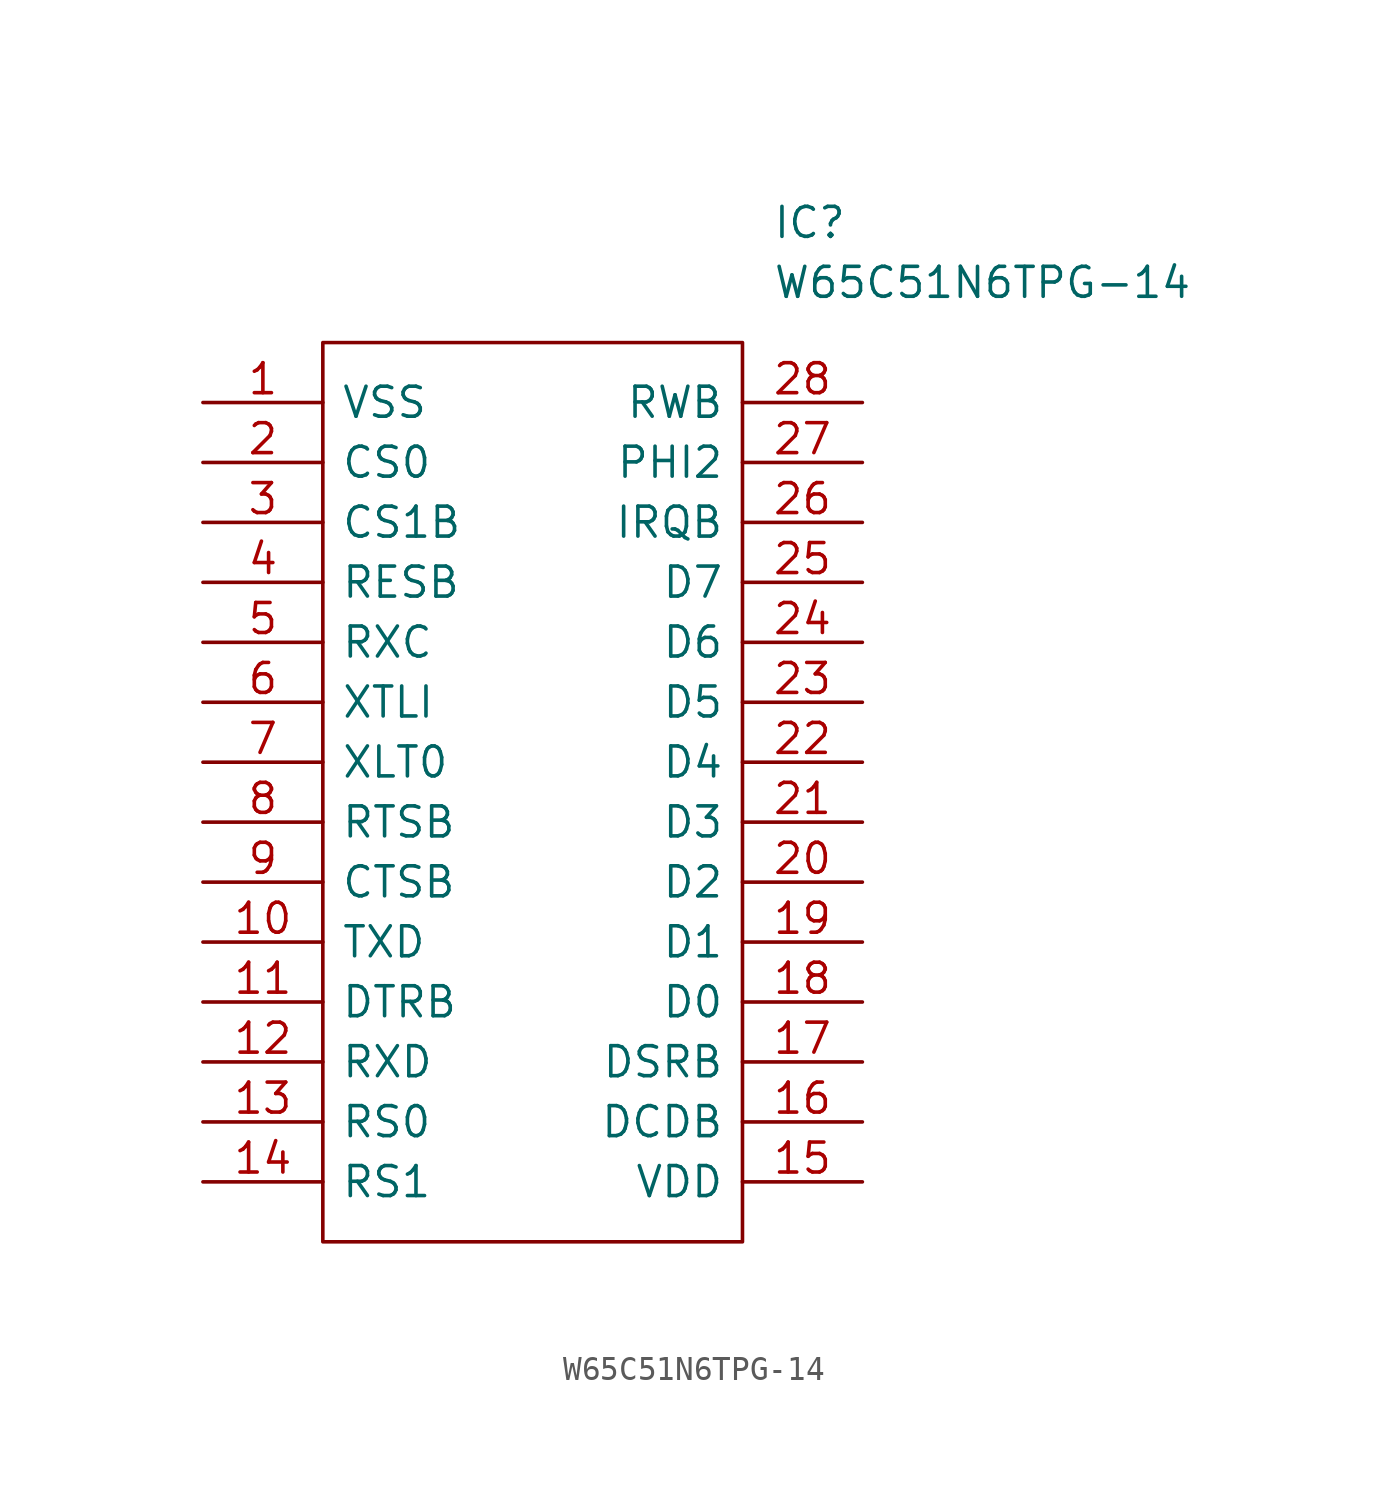
<source format=kicad_sym>
(kicad_symbol_lib
  (version 20211014)
  (generator kicad_symbol_editor)
  (symbol "W65C51N6TPG-14"
    (pin_names
      (offset 0.762))
    (property "Reference" "IC"
      (at 24.13 7.62 0)
      (effects (font (size 1.27 1.27)) (justify left)))
    (property "Value" "W65C51N6TPG-14"
      (at 24.13 5.08 0)
      (effects (font (size 1.27 1.27)) (justify left)))
    (symbol "W65C51N6TPG-14_0_0"
      (pin passive line (at 0 0 0) (length 5.08) (name "VSS" (effects (font (size 1.27 1.27)))) (number "1" (effects (font (size 1.27 1.27)))))
      (pin passive line (at 0 -22.86 0) (length 5.08) (name "TXD" (effects (font (size 1.27 1.27)))) (number "10" (effects (font (size 1.27 1.27)))))
      (pin passive line (at 0 -25.4 0) (length 5.08) (name "DTRB" (effects (font (size 1.27 1.27)))) (number "11" (effects (font (size 1.27 1.27)))))
      (pin passive line (at 0 -27.94 0) (length 5.08) (name "RXD" (effects (font (size 1.27 1.27)))) (number "12" (effects (font (size 1.27 1.27)))))
      (pin passive line (at 0 -30.48 0) (length 5.08) (name "RS0" (effects (font (size 1.27 1.27)))) (number "13" (effects (font (size 1.27 1.27)))))
      (pin passive line (at 0 -33.02 0) (length 5.08) (name "RS1" (effects (font (size 1.27 1.27)))) (number "14" (effects (font (size 1.27 1.27)))))
      (pin passive line (at 27.94 -33.02 180) (length 5.08) (name "VDD" (effects (font (size 1.27 1.27)))) (number "15" (effects (font (size 1.27 1.27)))))
      (pin passive line (at 27.94 -30.48 180) (length 5.08) (name "DCDB" (effects (font (size 1.27 1.27)))) (number "16" (effects (font (size 1.27 1.27)))))
      (pin passive line (at 27.94 -27.94 180) (length 5.08) (name "DSRB" (effects (font (size 1.27 1.27)))) (number "17" (effects (font (size 1.27 1.27)))))
      (pin passive line (at 27.94 -25.4 180) (length 5.08) (name "D0" (effects (font (size 1.27 1.27)))) (number "18" (effects (font (size 1.27 1.27)))))
      (pin passive line (at 27.94 -22.86 180) (length 5.08) (name "D1" (effects (font (size 1.27 1.27)))) (number "19" (effects (font (size 1.27 1.27)))))
      (pin passive line (at 0 -2.54 0) (length 5.08) (name "CS0" (effects (font (size 1.27 1.27)))) (number "2" (effects (font (size 1.27 1.27)))))
      (pin passive line (at 27.94 -20.32 180) (length 5.08) (name "D2" (effects (font (size 1.27 1.27)))) (number "20" (effects (font (size 1.27 1.27)))))
      (pin passive line (at 27.94 -17.78 180) (length 5.08) (name "D3" (effects (font (size 1.27 1.27)))) (number "21" (effects (font (size 1.27 1.27)))))
      (pin passive line (at 27.94 -15.24 180) (length 5.08) (name "D4" (effects (font (size 1.27 1.27)))) (number "22" (effects (font (size 1.27 1.27)))))
      (pin passive line (at 27.94 -12.7 180) (length 5.08) (name "D5" (effects (font (size 1.27 1.27)))) (number "23" (effects (font (size 1.27 1.27)))))
      (pin passive line (at 27.94 -10.16 180) (length 5.08) (name "D6" (effects (font (size 1.27 1.27)))) (number "24" (effects (font (size 1.27 1.27)))))
      (pin passive line (at 27.94 -7.62 180) (length 5.08) (name "D7" (effects (font (size 1.27 1.27)))) (number "25" (effects (font (size 1.27 1.27)))))
      (pin passive line (at 27.94 -5.08 180) (length 5.08) (name "IRQB" (effects (font (size 1.27 1.27)))) (number "26" (effects (font (size 1.27 1.27)))))
      (pin passive line (at 27.94 -2.54 180) (length 5.08) (name "PHI2" (effects (font (size 1.27 1.27)))) (number "27" (effects (font (size 1.27 1.27)))))
      (pin passive line (at 27.94 0 180) (length 5.08) (name "RWB" (effects (font (size 1.27 1.27)))) (number "28" (effects (font (size 1.27 1.27)))))
      (pin passive line (at 0 -5.08 0) (length 5.08) (name "CS1B" (effects (font (size 1.27 1.27)))) (number "3" (effects (font (size 1.27 1.27)))))
      (pin passive line (at 0 -7.62 0) (length 5.08) (name "RESB" (effects (font (size 1.27 1.27)))) (number "4" (effects (font (size 1.27 1.27)))))
      (pin passive line (at 0 -10.16 0) (length 5.08) (name "RXC" (effects (font (size 1.27 1.27)))) (number "5" (effects (font (size 1.27 1.27)))))
      (pin passive line (at 0 -12.7 0) (length 5.08) (name "XTLI" (effects (font (size 1.27 1.27)))) (number "6" (effects (font (size 1.27 1.27)))))
      (pin passive line (at 0 -15.24 0) (length 5.08) (name "XLT0" (effects (font (size 1.27 1.27)))) (number "7" (effects (font (size 1.27 1.27)))))
      (pin passive line (at 0 -17.78 0) (length 5.08) (name "RTSB" (effects (font (size 1.27 1.27)))) (number "8" (effects (font (size 1.27 1.27)))))
      (pin passive line (at 0 -20.32 0) (length 5.08) (name "CTSB" (effects (font (size 1.27 1.27)))) (number "9" (effects (font (size 1.27 1.27))))))
    (symbol "W65C51N6TPG-14_0_1"
      (polyline (pts (xy 5.08 2.54) (xy 22.86 2.54) (xy 22.86 -35.56) (xy 5.08 -35.56) (xy 5.08 2.54)) (stroke (width 0.152) (type default) (color 0 0 0 0)) (fill (type none))))))
</source>
